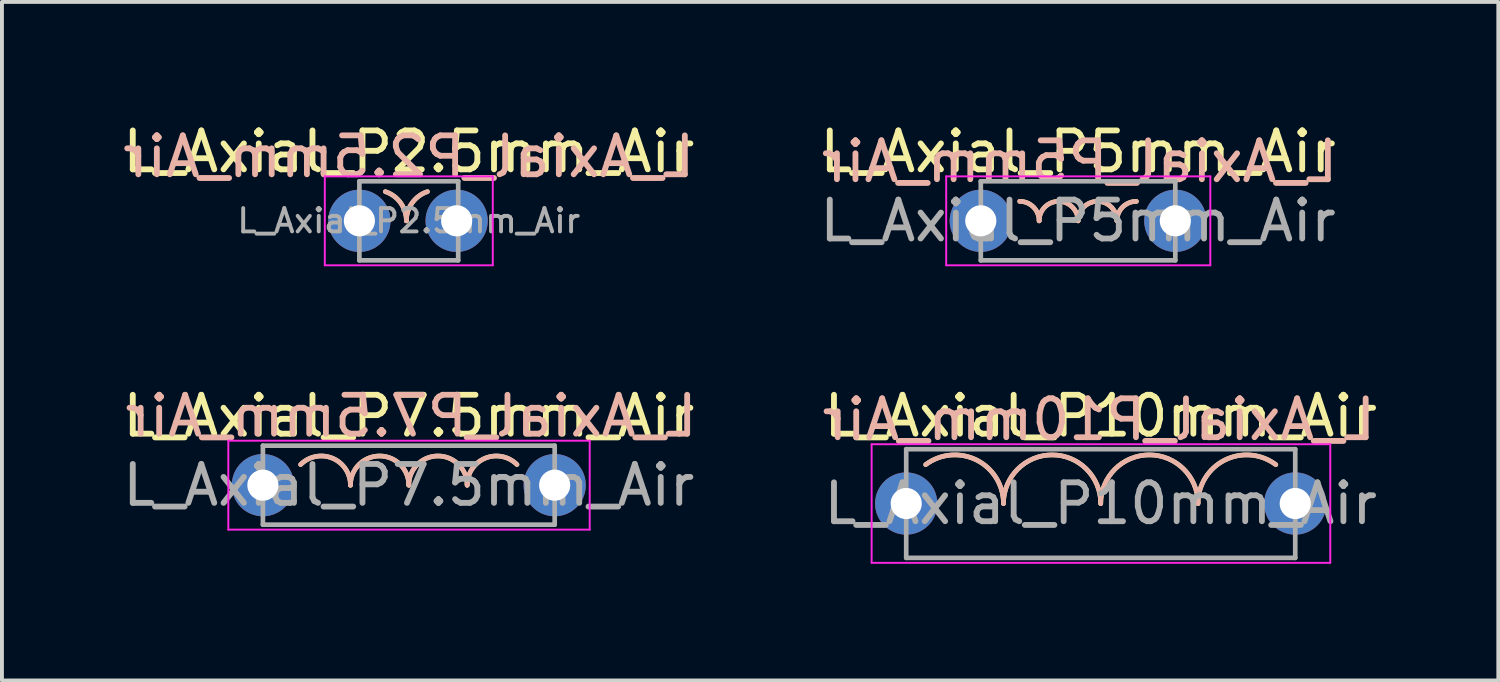
<source format=kicad_pcb>
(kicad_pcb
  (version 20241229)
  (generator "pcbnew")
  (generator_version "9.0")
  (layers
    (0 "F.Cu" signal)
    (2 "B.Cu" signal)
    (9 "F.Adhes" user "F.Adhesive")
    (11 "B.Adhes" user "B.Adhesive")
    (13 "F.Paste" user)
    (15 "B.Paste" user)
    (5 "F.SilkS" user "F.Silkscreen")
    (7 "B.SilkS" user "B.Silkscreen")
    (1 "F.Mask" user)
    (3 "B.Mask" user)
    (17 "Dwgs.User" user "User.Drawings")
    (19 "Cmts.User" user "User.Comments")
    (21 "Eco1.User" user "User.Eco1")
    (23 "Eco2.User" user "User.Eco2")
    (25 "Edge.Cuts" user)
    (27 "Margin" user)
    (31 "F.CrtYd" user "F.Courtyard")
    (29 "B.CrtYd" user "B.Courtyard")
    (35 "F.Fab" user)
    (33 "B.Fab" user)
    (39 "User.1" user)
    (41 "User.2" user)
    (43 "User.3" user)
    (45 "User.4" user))
  (footprint "L_Axial_P7.5mm_Air"
    (layer "F.Cu")
    (at 3.708 9.421)
    (property "Reference" "L_Axial_P7.5mm_Air" (at 3.75 -1.778 0) (layer "F.SilkS") (effects (font (size 1 1) (thickness 0.15))))
    (fp_arc (start 0.96967 -0.53033) (mid 1.787013 -0.69291) (end 2.25 0) (stroke (width 0.12) (type solid)) (layer "F.SilkS"))
    (fp_arc (start 2.25 0) (mid 3 -0.75) (end 3.75 0) (stroke (width 0.12) (type solid)) (layer "F.SilkS"))
    (fp_arc (start 3.75 0) (mid 4.5 -0.75) (end 5.25 0) (stroke (width 0.12) (type solid)) (layer "F.SilkS"))
    (fp_arc (start 5.25 0) (mid 5.712987 -0.69291) (end 6.53033 -0.53033) (stroke (width 0.12) (type solid)) (layer "F.SilkS"))
    (fp_arc (start 0.96967 -0.53033) (mid 1.787013 -0.69291) (end 2.25 0) (stroke (width 0.12) (type solid)) (layer "B.SilkS"))
    (fp_arc (start 2.25 0) (mid 3 -0.75) (end 3.75 0) (stroke (width 0.12) (type solid)) (layer "B.SilkS"))
    (fp_arc (start 3.75 0) (mid 4.5 -0.75) (end 5.25 0) (stroke (width 0.12) (type solid)) (layer "B.SilkS"))
    (fp_arc (start 5.25 0) (mid 5.712987 -0.69291) (end 6.53033 -0.53033) (stroke (width 0.12) (type solid)) (layer "B.SilkS"))
    (fp_line (start -0.889 -1.143) (end -0.889 1.143) (stroke (width 0.05) (type solid)) (layer "F.CrtYd"))
    (fp_line (start -0.889 1.143) (end 8.4 1.143) (stroke (width 0.05) (type solid)) (layer "F.CrtYd"))
    (fp_line (start 8.4 -1.143) (end -0.889 -1.143) (stroke (width 0.05) (type solid)) (layer "F.CrtYd"))
    (fp_line (start 8.4 1.143) (end 8.4 -1.143) (stroke (width 0.05) (type solid)) (layer "F.CrtYd"))
    (fp_line (start 0 -1.016) (end 0 1.016) (stroke (width 0.12) (type solid)) (layer "F.Fab"))
    (fp_line (start 0 1.016) (end 7.5 1.016) (stroke (width 0.12) (type solid)) (layer "F.Fab"))
    (fp_line (start 7.5 -1.016) (end 0 -1.016) (stroke (width 0.12) (type solid)) (layer "F.Fab"))
    (fp_line (start 7.5 1.016) (end 7.5 -1.016) (stroke (width 0.12) (type solid)) (layer "F.Fab"))
    (fp_text user "${REFERENCE}" (at 3.81 -1.778 0) (layer "B.SilkS") (effects (font (size 1 1) (thickness 0.15)) (justify mirror)))
    (fp_text user "${REFERENCE}" (at 3.75 0 0) (layer "F.Fab") (effects (font (size 1 1) (thickness 0.15))))
    (pad "1" thru_hole circle (at 0 0) (size 1.6 1.6) (drill 0.8) (layers "*.Cu" "*.Mask"))
    (pad "2" thru_hole oval (at 7.5 0) (size 1.6 1.6) (drill 0.8) (layers "*.Cu" "*.Mask")))
  (footprint "L_Axial_P5mm_Air"
    (layer "F.Cu")
    (at 22.161 2.626)
    (property "Reference" "L_Axial_P5mm_Air" (at 2.5 -1.778 0) (layer "F.SilkS") (effects (font (size 1 1) (thickness 0.15))))
    (fp_arc (start 1 -0.5) (mid 1.353553 -0.353553) (end 1.5 0) (stroke (width 0.12) (type solid)) (layer "F.SilkS"))
    (fp_arc (start 1.5 0) (mid 2 -0.5) (end 2.5 0) (stroke (width 0.12) (type solid)) (layer "F.SilkS"))
    (fp_arc (start 2.5 0) (mid 3 -0.5) (end 3.5 0) (stroke (width 0.12) (type solid)) (layer "F.SilkS"))
    (fp_arc (start 3.5 0) (mid 3.646447 -0.353553) (end 4 -0.5) (stroke (width 0.12) (type solid)) (layer "F.SilkS"))
    (fp_arc (start 1 -0.5) (mid 1.353553 -0.353553) (end 1.5 0) (stroke (width 0.12) (type solid)) (layer "B.SilkS"))
    (fp_arc (start 1.5 0) (mid 2 -0.5) (end 2.5 0) (stroke (width 0.12) (type solid)) (layer "B.SilkS"))
    (fp_arc (start 2.5 0) (mid 3 -0.5) (end 3.5 0) (stroke (width 0.12) (type solid)) (layer "B.SilkS"))
    (fp_arc (start 3.5 0) (mid 3.646447 -0.353553) (end 4 -0.5) (stroke (width 0.12) (type solid)) (layer "B.SilkS"))
    (fp_line (start -0.889 -1.143) (end -0.889 1.143) (stroke (width 0.05) (type solid)) (layer "F.CrtYd"))
    (fp_line (start -0.889 1.143) (end 5.9 1.143) (stroke (width 0.05) (type solid)) (layer "F.CrtYd"))
    (fp_line (start 5.9 -1.143) (end -0.889 -1.143) (stroke (width 0.05) (type solid)) (layer "F.CrtYd"))
    (fp_line (start 5.9 1.143) (end 5.9 -1.143) (stroke (width 0.05) (type solid)) (layer "F.CrtYd"))
    (fp_line (start 0 -1.016) (end 0 1.016) (stroke (width 0.12) (type solid)) (layer "F.Fab"))
    (fp_line (start 0 1.016) (end 5 1.016) (stroke (width 0.12) (type solid)) (layer "F.Fab"))
    (fp_line (start 5 -1.016) (end 0 -1.016) (stroke (width 0.12) (type solid)) (layer "F.Fab"))
    (fp_line (start 5 1.016) (end 5 -1.016) (stroke (width 0.12) (type solid)) (layer "F.Fab"))
    (fp_text user "${REFERENCE}" (at 2.54 -1.524 0) (layer "B.SilkS") (effects (font (size 1 1) (thickness 0.15)) (justify mirror)))
    (fp_text user "${REFERENCE}" (at 2.5 0 0) (layer "F.Fab") (effects (font (size 1 1) (thickness 0.15))))
    (pad "1" thru_hole circle (at 0 0) (size 1.6 1.6) (drill 0.8) (layers "*.Cu" "*.Mask"))
    (pad "2" thru_hole oval (at 5 0) (size 1.6 1.6) (drill 0.8) (layers "*.Cu" "*.Mask")))
  (footprint "L_Axial_P10mm_Air"
    (layer "F.Cu")
    (at 20.244 9.893)
    (property "Reference" "L_Axial_P10mm_Air" (at 5 -2.25 0) (layer "F.SilkS") (effects (font (size 1 1) (thickness 0.15))))
    (fp_arc (start 0.5 -1) (mid 1.809017 -1.118034) (end 2.5 0) (stroke (width 0.12) (type solid)) (layer "F.SilkS"))
    (fp_arc (start 2.5 0) (mid 3.75 -1.25) (end 5 0) (stroke (width 0.12) (type solid)) (layer "F.SilkS"))
    (fp_arc (start 5 0) (mid 6.25 -1.25) (end 7.5 0) (stroke (width 0.12) (type solid)) (layer "F.SilkS"))
    (fp_arc (start 7.5 0) (mid 8.191277 -1.118181) (end 9.500525 -0.999606) (stroke (width 0.12) (type solid)) (layer "F.SilkS"))
    (fp_arc (start 0.499475 -0.999606) (mid 1.808723 -1.118181) (end 2.5 0) (stroke (width 0.12) (type solid)) (layer "B.SilkS"))
    (fp_arc (start 2.5 0) (mid 3.75 -1.25) (end 5 0) (stroke (width 0.12) (type solid)) (layer "B.SilkS"))
    (fp_arc (start 5 0) (mid 6.25 -1.25) (end 7.5 0) (stroke (width 0.12) (type solid)) (layer "B.SilkS"))
    (fp_arc (start 7.5 0) (mid 8.190983 -1.118034) (end 9.5 -1) (stroke (width 0.12) (type solid)) (layer "B.SilkS"))
    (fp_line (start -0.889 -1.524) (end -0.889 1.524) (stroke (width 0.05) (type solid)) (layer "F.CrtYd"))
    (fp_line (start -0.889 1.524) (end 10.9 1.524) (stroke (width 0.05) (type solid)) (layer "F.CrtYd"))
    (fp_line (start 10.9 -1.524) (end -0.889 -1.524) (stroke (width 0.05) (type solid)) (layer "F.CrtYd"))
    (fp_line (start 10.9 1.524) (end 10.9 -1.524) (stroke (width 0.05) (type solid)) (layer "F.CrtYd"))
    (fp_line (start 0 -1.397) (end 0 1.397) (stroke (width 0.12) (type solid)) (layer "F.Fab"))
    (fp_line (start 0 1.397) (end 10 1.397) (stroke (width 0.12) (type solid)) (layer "F.Fab"))
    (fp_line (start 10 -1.397) (end 0 -1.397) (stroke (width 0.12) (type solid)) (layer "F.Fab"))
    (fp_line (start 10 1.397) (end 10 -1.397) (stroke (width 0.12) (type solid)) (layer "F.Fab"))
    (fp_text user "${REFERENCE}" (at 4.953 -2.159 0) (layer "B.SilkS") (effects (font (size 1 1) (thickness 0.15)) (justify mirror)))
    (fp_text user "${REFERENCE}" (at 5 0 0) (layer "F.Fab") (effects (font (size 1 1) (thickness 0.15))))
    (pad "1" thru_hole circle (at 0 0) (size 1.6 1.6) (drill 0.8) (layers "*.Cu" "*.Mask"))
    (pad "2" thru_hole oval (at 10 0) (size 1.6 1.6) (drill 0.8) (layers "*.Cu" "*.Mask")))
  (footprint "L_Axial_P2.5mm_Air"
    (layer "F.Cu")
    (at 6.188 2.626)
    (property "Reference" "L_Axial_P2.5mm_Air" (at 1.27 -1.778 0) (layer "F.SilkS") (effects (font (size 1 1) (thickness 0.15))))
    (fp_arc (start 0.668863 -0.750001) (mid 1.060347 -0.46206) (end 1.209432 0.00048) (stroke (width 0.12) (type solid)) (layer "F.SilkS"))
    (fp_arc (start 1.209432 -0.000001) (mid 1.358658 -0.462254) (end 1.750001 -0.749999) (stroke (width 0.12) (type solid)) (layer "F.SilkS"))
    (fp_arc (start 0.665931 -0.749998) (mid 1.057274 -0.462253) (end 1.2065 0) (stroke (width 0.12) (type solid)) (layer "B.SilkS"))
    (fp_arc (start 1.2065 0.000481) (mid 1.355585 -0.462059) (end 1.747069 -0.75) (stroke (width 0.12) (type solid)) (layer "B.SilkS"))
    (fp_line (start -0.889 -1.143) (end -0.889 1.143) (stroke (width 0.05) (type solid)) (layer "F.CrtYd"))
    (fp_line (start -0.889 1.143) (end 3.429 1.143) (stroke (width 0.05) (type solid)) (layer "F.CrtYd"))
    (fp_line (start 3.429 -1.143) (end -0.889 -1.143) (stroke (width 0.05) (type solid)) (layer "F.CrtYd"))
    (fp_line (start 3.429 1.143) (end 3.429 -1.143) (stroke (width 0.05) (type solid)) (layer "F.CrtYd"))
    (fp_line (start 0 -1.016) (end 2.54 -1.016) (stroke (width 0.12) (type solid)) (layer "F.Fab"))
    (fp_line (start 0 0) (end 0 -1.016) (stroke (width 0.12) (type solid)) (layer "F.Fab"))
    (fp_line (start 0 1.016) (end 0 0) (stroke (width 0.12) (type solid)) (layer "F.Fab"))
    (fp_line (start 2.54 -1.016) (end 2.54 1.016) (stroke (width 0.12) (type solid)) (layer "F.Fab"))
    (fp_line (start 2.54 1.016) (end 0 1.016) (stroke (width 0.12) (type solid)) (layer "F.Fab"))
    (fp_text user "${REFERENCE}" (at 1.27 -1.651 0) (layer "B.SilkS") (effects (font (size 1 1) (thickness 0.15)) (justify mirror)))
    (fp_text user "${REFERENCE}" (at 1.27 0 0) (layer "F.Fab") (effects (font (size 0.6 0.6) (thickness 0.1))))
    (pad "1" thru_hole circle (at 0 0) (size 1.6 1.6) (drill 0.8) (layers "*.Cu" "*.Mask"))
    (pad "2" thru_hole oval (at 2.5 0) (size 1.6 1.6) (drill 0.8) (layers "*.Cu" "*.Mask")))
  (gr_rect
    (start -3 -3)
    (end 35.464 14.441)
    (stroke (width 0.1) (type default))
    (fill no)
    (layer "Edge.Cuts")))
</source>
